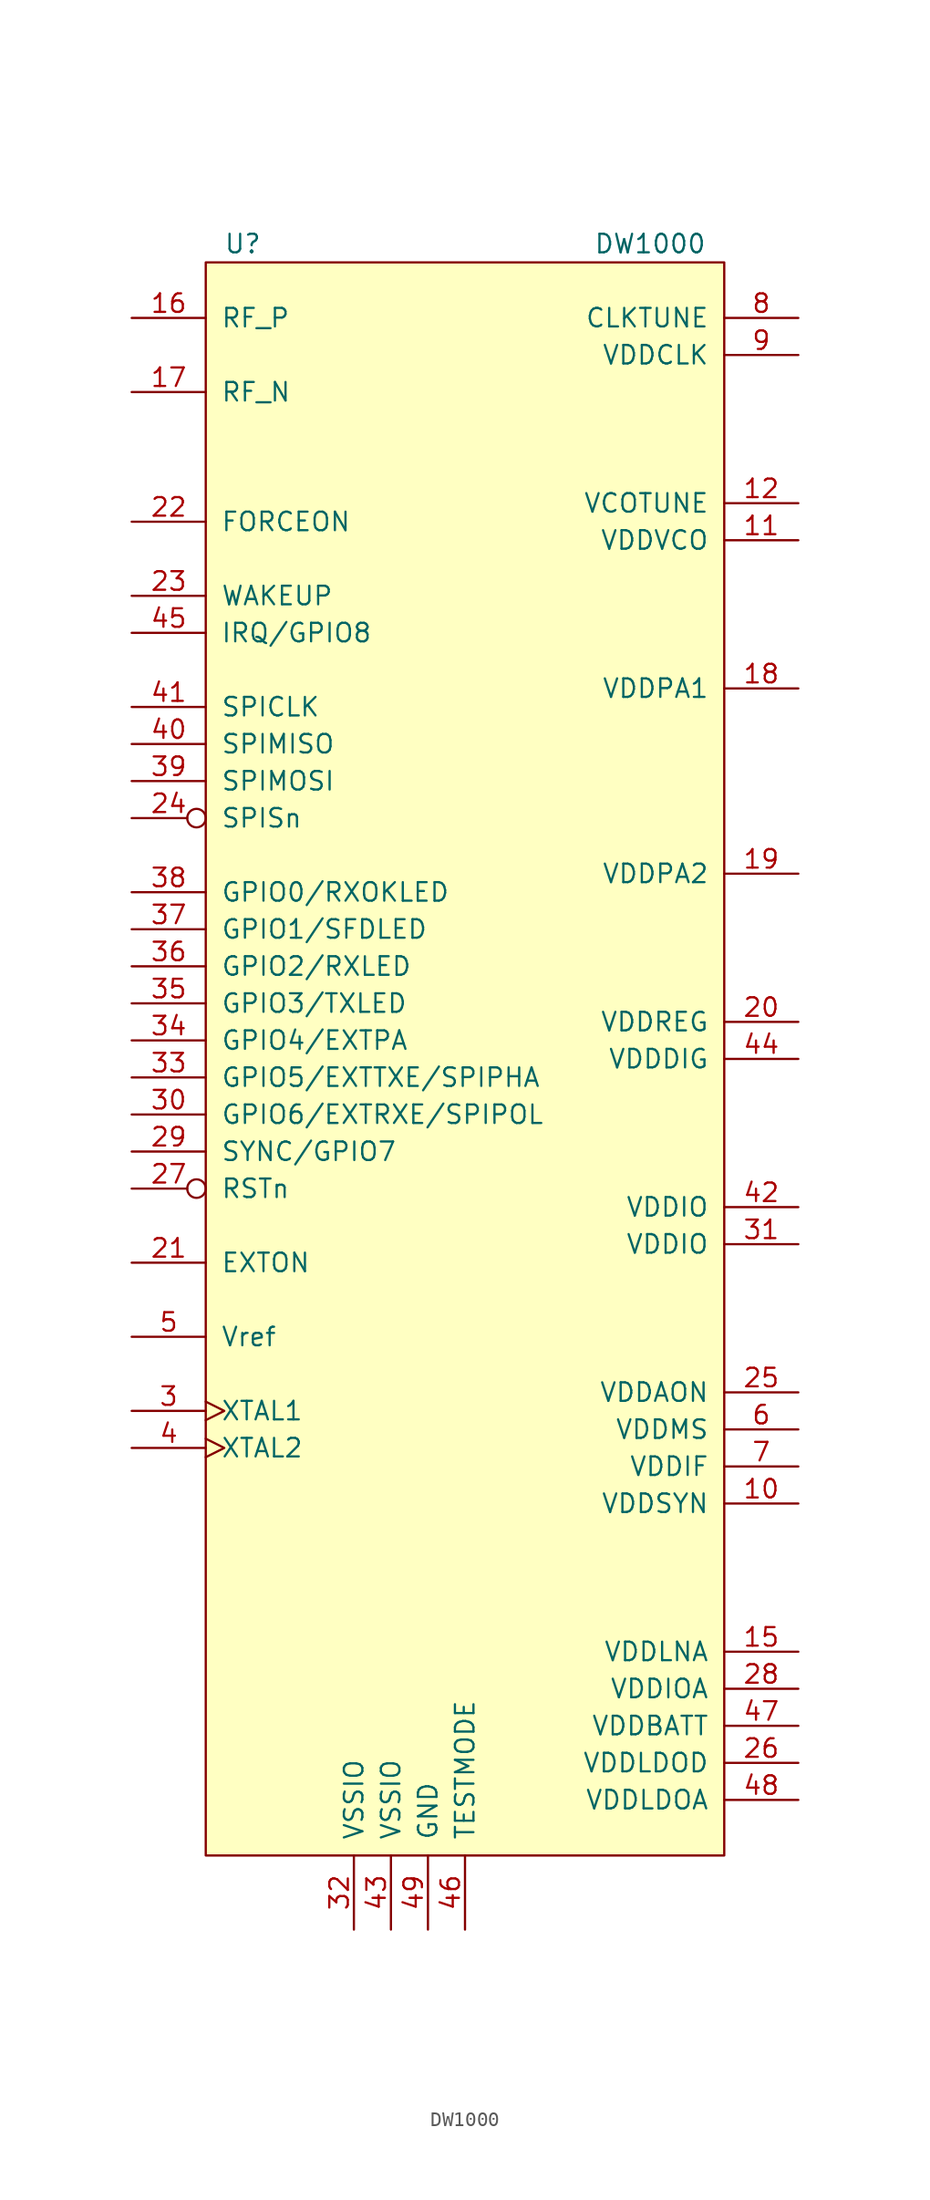
<source format=kicad_sym>
(kicad_symbol_lib
  (version 20220914)
  (generator kicad_symbol_editor)
  (symbol "DW1000"
    (pin_names
      (offset 1.016))
    (property "Reference" "U"
      (at 2.54 1.27 0)
      (effects (font (size 1.27 1.27))))
    (property "Value" "DW1000"
      (at 30.48 1.27 0)
      (effects (font (size 1.27 1.27))))
    (symbol "DW1000_0_1"
      (rectangle (start 0 0) (end 35.56 -109.22) (stroke (width 0) (type default)) (fill (type background))))
    (symbol "DW1000_1_1"
      (pin input line (at 40.64 -85.09 180) (length 5.08) (name "VDDSYN" (effects (font (size 1.27 1.27)))) (number "10" (effects (font (size 1.27 1.27)))))
      (pin input line (at 40.64 -19.05 180) (length 5.08) (name "VDDVCO" (effects (font (size 1.27 1.27)))) (number "11" (effects (font (size 1.27 1.27)))))
      (pin input line (at 40.64 -16.51 180) (length 5.08) (name "VCOTUNE" (effects (font (size 1.27 1.27)))) (number "12" (effects (font (size 1.27 1.27)))))
      (pin input line (at 40.64 -95.25 180) (length 5.08) (name "VDDLNA" (effects (font (size 1.27 1.27)))) (number "15" (effects (font (size 1.27 1.27)))))
      (pin output line (at -5.08 -3.81 0) (length 5.08) (name "RF_P" (effects (font (size 1.27 1.27)))) (number "16" (effects (font (size 1.27 1.27)))))
      (pin output line (at -5.08 -8.89 0) (length 5.08) (name "RF_N" (effects (font (size 1.27 1.27)))) (number "17" (effects (font (size 1.27 1.27)))))
      (pin power_in line (at 40.64 -29.21 180) (length 5.08) (name "VDDPA1" (effects (font (size 1.27 1.27)))) (number "18" (effects (font (size 1.27 1.27)))))
      (pin power_in line (at 40.64 -41.91 180) (length 5.08) (name "VDDPA2" (effects (font (size 1.27 1.27)))) (number "19" (effects (font (size 1.27 1.27)))))
      (pin input line (at 40.64 -52.07 180) (length 5.08) (name "VDDREG" (effects (font (size 1.27 1.27)))) (number "20" (effects (font (size 1.27 1.27)))))
      (pin output line (at -5.08 -68.58 0) (length 5.08) (name "EXTON" (effects (font (size 1.27 1.27)))) (number "21" (effects (font (size 1.27 1.27)))))
      (pin input line (at -5.08 -17.78 0) (length 5.08) (name "FORCEON" (effects (font (size 1.27 1.27)))) (number "22" (effects (font (size 1.27 1.27)))))
      (pin input line (at -5.08 -22.86 0) (length 5.08) (name "WAKEUP" (effects (font (size 1.27 1.27)))) (number "23" (effects (font (size 1.27 1.27)))))
      (pin input inverted (at -5.08 -38.1 0) (length 5.08) (name "SPISn" (effects (font (size 1.27 1.27)))) (number "24" (effects (font (size 1.27 1.27)))))
      (pin input line (at 40.64 -77.47 180) (length 5.08) (name "VDDAON" (effects (font (size 1.27 1.27)))) (number "25" (effects (font (size 1.27 1.27)))))
      (pin input line (at 40.64 -102.87 180) (length 5.08) (name "VDDLDOD" (effects (font (size 1.27 1.27)))) (number "26" (effects (font (size 1.27 1.27)))))
      (pin input inverted (at -5.08 -63.5 0) (length 5.08) (name "RSTn" (effects (font (size 1.27 1.27)))) (number "27" (effects (font (size 1.27 1.27)))))
      (pin input line (at 40.64 -97.79 180) (length 5.08) (name "VDDIOA" (effects (font (size 1.27 1.27)))) (number "28" (effects (font (size 1.27 1.27)))))
      (pin input line (at -5.08 -60.96 0) (length 5.08) (name "SYNC/GPIO7" (effects (font (size 1.27 1.27)))) (number "29" (effects (font (size 1.27 1.27)))))
      (pin input clock (at -5.08 -78.74 0) (length 5.08) (name "XTAL1" (effects (font (size 1.27 1.27)))) (number "3" (effects (font (size 1.27 1.27)))))
      (pin input line (at -5.08 -58.42 0) (length 5.08) (name "GPIO6/EXTRXE/SPIPOL" (effects (font (size 1.27 1.27)))) (number "30" (effects (font (size 1.27 1.27)))))
      (pin input line (at 40.64 -67.31 180) (length 5.08) (name "VDDIO" (effects (font (size 1.27 1.27)))) (number "31" (effects (font (size 1.27 1.27)))))
      (pin power_in line (at 10.16 -114.3 90) (length 5.08) (name "VSSIO" (effects (font (size 1.27 1.27)))) (number "32" (effects (font (size 1.27 1.27)))))
      (pin output line (at -5.08 -55.88 0) (length 5.08) (name "GPIO5/EXTTXE/SPIPHA" (effects (font (size 1.27 1.27)))) (number "33" (effects (font (size 1.27 1.27)))))
      (pin output line (at -5.08 -53.34 0) (length 5.08) (name "GPIO4/EXTPA" (effects (font (size 1.27 1.27)))) (number "34" (effects (font (size 1.27 1.27)))))
      (pin output line (at -5.08 -50.8 0) (length 5.08) (name "GPIO3/TXLED" (effects (font (size 1.27 1.27)))) (number "35" (effects (font (size 1.27 1.27)))))
      (pin input line (at -5.08 -48.26 0) (length 5.08) (name "GPIO2/RXLED" (effects (font (size 1.27 1.27)))) (number "36" (effects (font (size 1.27 1.27)))))
      (pin output line (at -5.08 -45.72 0) (length 5.08) (name "GPIO1/SFDLED" (effects (font (size 1.27 1.27)))) (number "37" (effects (font (size 1.27 1.27)))))
      (pin output line (at -5.08 -43.18 0) (length 5.08) (name "GPIO0/RXOKLED" (effects (font (size 1.27 1.27)))) (number "38" (effects (font (size 1.27 1.27)))))
      (pin input line (at -5.08 -35.56 0) (length 5.08) (name "SPIMOSI" (effects (font (size 1.27 1.27)))) (number "39" (effects (font (size 1.27 1.27)))))
      (pin input clock (at -5.08 -81.28 0) (length 5.08) (name "XTAL2" (effects (font (size 1.27 1.27)))) (number "4" (effects (font (size 1.27 1.27)))))
      (pin input line (at -5.08 -33.02 0) (length 5.08) (name "SPIMISO" (effects (font (size 1.27 1.27)))) (number "40" (effects (font (size 1.27 1.27)))))
      (pin input line (at -5.08 -30.48 0) (length 5.08) (name "SPICLK" (effects (font (size 1.27 1.27)))) (number "41" (effects (font (size 1.27 1.27)))))
      (pin input line (at 40.64 -64.77 180) (length 5.08) (name "VDDIO" (effects (font (size 1.27 1.27)))) (number "42" (effects (font (size 1.27 1.27)))))
      (pin power_in line (at 12.7 -114.3 90) (length 5.08) (name "VSSIO" (effects (font (size 1.27 1.27)))) (number "43" (effects (font (size 1.27 1.27)))))
      (pin input line (at 40.64 -54.61 180) (length 5.08) (name "VDDDIG" (effects (font (size 1.27 1.27)))) (number "44" (effects (font (size 1.27 1.27)))))
      (pin output line (at -5.08 -25.4 0) (length 5.08) (name "IRQ/GPIO8" (effects (font (size 1.27 1.27)))) (number "45" (effects (font (size 1.27 1.27)))))
      (pin power_in line (at 17.78 -114.3 90) (length 5.08) (name "TESTMODE" (effects (font (size 1.27 1.27)))) (number "46" (effects (font (size 1.27 1.27)))))
      (pin input line (at 40.64 -100.33 180) (length 5.08) (name "VDDBATT" (effects (font (size 1.27 1.27)))) (number "47" (effects (font (size 1.27 1.27)))))
      (pin input line (at 40.64 -105.41 180) (length 5.08) (name "VDDLDOA" (effects (font (size 1.27 1.27)))) (number "48" (effects (font (size 1.27 1.27)))))
      (pin power_in line (at 15.24 -114.3 90) (length 5.08) (name "GND" (effects (font (size 1.27 1.27)))) (number "49" (effects (font (size 1.27 1.27)))))
      (pin input line (at -5.08 -73.66 0) (length 5.08) (name "Vref" (effects (font (size 1.27 1.27)))) (number "5" (effects (font (size 1.27 1.27)))))
      (pin input line (at 40.64 -80.01 180) (length 5.08) (name "VDDMS" (effects (font (size 1.27 1.27)))) (number "6" (effects (font (size 1.27 1.27)))))
      (pin input line (at 40.64 -82.55 180) (length 5.08) (name "VDDIF" (effects (font (size 1.27 1.27)))) (number "7" (effects (font (size 1.27 1.27)))))
      (pin input line (at 40.64 -3.81 180) (length 5.08) (name "CLKTUNE" (effects (font (size 1.27 1.27)))) (number "8" (effects (font (size 1.27 1.27)))))
      (pin input line (at 40.64 -6.35 180) (length 5.08) (name "VDDCLK" (effects (font (size 1.27 1.27)))) (number "9" (effects (font (size 1.27 1.27))))))))
</source>
